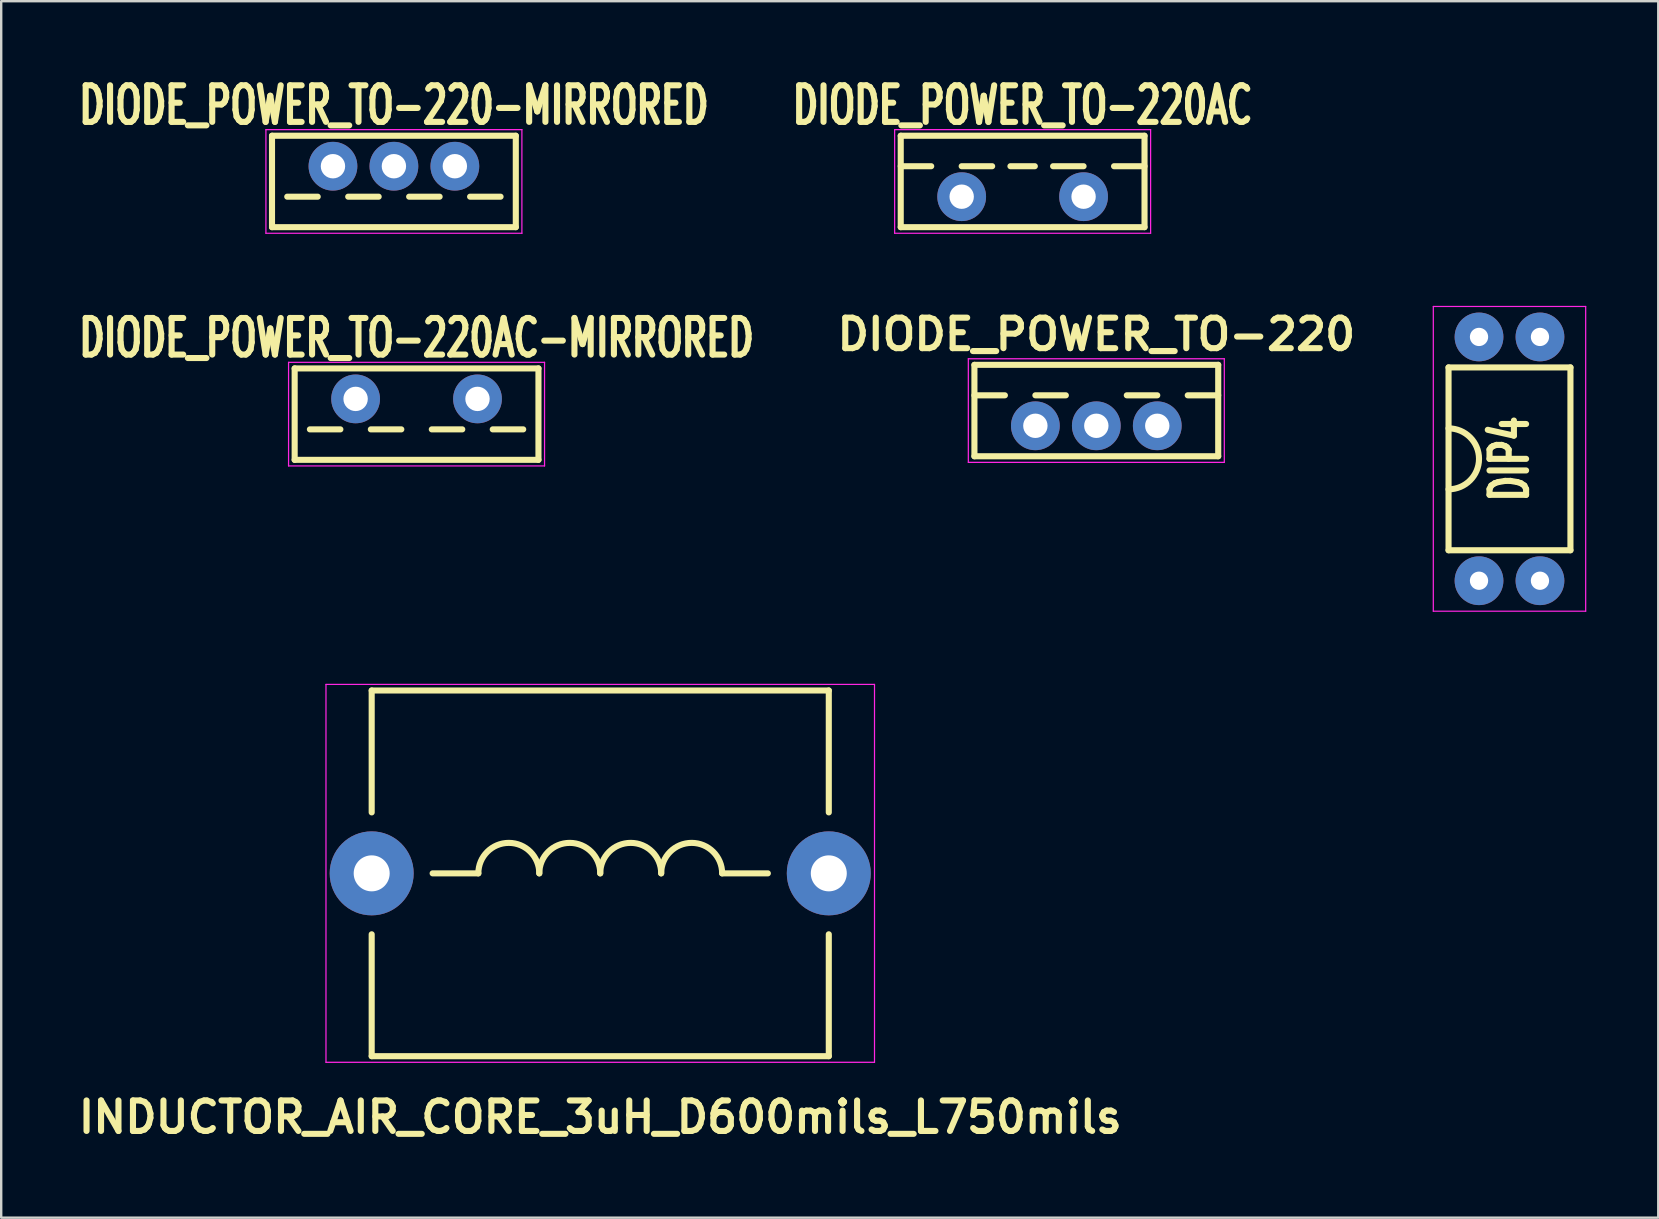
<source format=kicad_pcb>
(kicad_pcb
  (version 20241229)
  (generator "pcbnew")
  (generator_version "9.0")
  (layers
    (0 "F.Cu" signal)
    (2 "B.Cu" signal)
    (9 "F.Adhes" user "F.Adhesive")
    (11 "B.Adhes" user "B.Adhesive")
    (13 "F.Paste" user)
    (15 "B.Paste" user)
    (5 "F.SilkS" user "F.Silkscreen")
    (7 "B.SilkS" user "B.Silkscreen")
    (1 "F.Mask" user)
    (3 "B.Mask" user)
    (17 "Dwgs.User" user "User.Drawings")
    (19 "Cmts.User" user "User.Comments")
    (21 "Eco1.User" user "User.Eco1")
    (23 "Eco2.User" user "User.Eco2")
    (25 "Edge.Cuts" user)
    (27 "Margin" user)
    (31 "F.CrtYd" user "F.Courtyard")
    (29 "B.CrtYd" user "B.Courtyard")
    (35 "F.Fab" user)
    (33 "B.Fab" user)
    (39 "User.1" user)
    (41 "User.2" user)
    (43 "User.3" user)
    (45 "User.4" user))
  (footprint "DIODE_POWER_TO-220"
    (layer "F.Cu")
    (at 42.639 14.695)
    (property "Reference" "DIODE_POWER_TO-220" (at 0 -3.81 0) (layer "F.SilkS") (effects (font (size 1.27 1.27) (thickness 0.254))))
    (attr through_hole)
    (fp_line (start -5.08 -2.54) (end -5.08 1.27) (stroke (width 0.254) (type solid)) (layer "F.SilkS"))
    (fp_line (start -5.08 -1.27) (end -3.81 -1.27) (stroke (width 0.254) (type solid)) (layer "F.SilkS"))
    (fp_line (start -5.08 1.27) (end 5.08 1.27) (stroke (width 0.254) (type solid)) (layer "F.SilkS"))
    (fp_line (start -2.54 -1.27) (end -1.27 -1.27) (stroke (width 0.254) (type solid)) (layer "F.SilkS"))
    (fp_line (start 1.27 -1.27) (end 2.54 -1.27) (stroke (width 0.254) (type solid)) (layer "F.SilkS"))
    (fp_line (start 3.81 -1.27) (end 5.08 -1.27) (stroke (width 0.254) (type solid)) (layer "F.SilkS"))
    (fp_line (start 5.08 -2.54) (end -5.08 -2.54) (stroke (width 0.254) (type solid)) (layer "F.SilkS"))
    (fp_line (start 5.08 1.27) (end 5.08 -2.54) (stroke (width 0.254) (type solid)) (layer "F.SilkS"))
    (fp_line (start -5.334 -2.794) (end -5.334 1.524) (stroke (width 0.051) (type solid)) (layer "F.CrtYd"))
    (fp_line (start -5.334 1.524) (end 5.334 1.524) (stroke (width 0.051) (type solid)) (layer "F.CrtYd"))
    (fp_line (start 5.334 -2.794) (end -5.334 -2.794) (stroke (width 0.051) (type solid)) (layer "F.CrtYd"))
    (fp_line (start 5.334 1.524) (end 5.334 -2.794) (stroke (width 0.051) (type solid)) (layer "F.CrtYd"))
    (pad "1" thru_hole circle (at -2.54 0) (size 2.032 2.032) (drill 1.016) (layers "*.Cu" "*.Mask"))
    (pad "1" thru_hole circle (at 2.54 0) (size 2.032 2.032) (drill 1.016) (layers "*.Cu" "*.Mask"))
    (pad "2" thru_hole circle (at 0 0) (size 2.032 2.032) (drill 1.016) (layers "*.Cu" "*.Mask")))
  (footprint "INDUCTOR_AIR_CORE_3uH_D600mils_L750mils"
    (layer "F.Cu")
    (at 21.965 33.347)
    (property "Reference" "INDUCTOR_AIR_CORE_3uH_D600mils_L750mils" (at 0 10.16 0) (layer "F.SilkS") (effects (font (size 1.27 1.27) (thickness 0.254))))
    (attr through_hole)
    (fp_line (start -9.525 -7.62) (end 9.525 -7.62) (stroke (width 0.254) (type solid)) (layer "F.SilkS"))
    (fp_line (start -9.525 -2.54) (end -9.525 -7.62) (stroke (width 0.254) (type solid)) (layer "F.SilkS"))
    (fp_line (start -9.525 2.54) (end -9.525 7.62) (stroke (width 0.254) (type solid)) (layer "F.SilkS"))
    (fp_line (start -5.08 0) (end -6.985 0) (stroke (width 0.254) (type solid)) (layer "F.SilkS"))
    (fp_line (start 5.08 0) (end 6.985 0) (stroke (width 0.254) (type solid)) (layer "F.SilkS"))
    (fp_line (start 9.525 -7.62) (end 9.525 -2.54) (stroke (width 0.254) (type solid)) (layer "F.SilkS"))
    (fp_line (start 9.525 2.54) (end 9.525 7.62) (stroke (width 0.254) (type solid)) (layer "F.SilkS"))
    (fp_line (start 9.525 7.62) (end -9.525 7.62) (stroke (width 0.254) (type solid)) (layer "F.SilkS"))
    (fp_arc (start -5.08 0) (mid -3.81 -1.27) (end -2.54 0) (stroke (width 0.254) (type solid)) (layer "F.SilkS"))
    (fp_arc (start -2.54 0) (mid -1.27 -1.27) (end 0 0) (stroke (width 0.254) (type solid)) (layer "F.SilkS"))
    (fp_arc (start 0 0) (mid 1.27 -1.27) (end 2.54 0) (stroke (width 0.254) (type solid)) (layer "F.SilkS"))
    (fp_arc (start 2.54 0) (mid 3.81 -1.27) (end 5.08 0) (stroke (width 0.254) (type solid)) (layer "F.SilkS"))
    (fp_line (start -11.43 -7.874) (end -11.43 7.874) (stroke (width 0.051) (type solid)) (layer "F.CrtYd"))
    (fp_line (start -11.43 7.874) (end 11.43 7.874) (stroke (width 0.051) (type solid)) (layer "F.CrtYd"))
    (fp_line (start 11.43 -7.874) (end -11.43 -7.874) (stroke (width 0.051) (type solid)) (layer "F.CrtYd"))
    (fp_line (start 11.43 7.874) (end 11.43 -7.874) (stroke (width 0.051) (type solid)) (layer "F.CrtYd"))
    (pad "1" thru_hole circle (at -9.525 0) (size 3.5 3.5) (drill 1.5) (layers "*.Cu" "*.Mask"))
    (pad "2" thru_hole circle (at 9.525 0) (size 3.5 3.5) (drill 1.5) (layers "*.Cu" "*.Mask")))
  (footprint "DIP4"
    (layer "F.Cu")
    (at 59.858 16.072)
    (property "Reference" "DIP4" (at 0 0 90) (layer "F.SilkS") (effects (font (size 1.524 1.016) (thickness 0.254))))
    (attr through_hole)
    (fp_line (start -2.54 -3.81) (end -2.54 3.81) (stroke (width 0.254) (type solid)) (layer "F.SilkS"))
    (fp_line (start -2.54 -3.81) (end 2.54 -3.81) (stroke (width 0.254) (type solid)) (layer "F.SilkS"))
    (fp_line (start 2.54 -3.81) (end 2.54 3.81) (stroke (width 0.254) (type solid)) (layer "F.SilkS"))
    (fp_line (start 2.54 3.81) (end -2.54 3.81) (stroke (width 0.254) (type solid)) (layer "F.SilkS"))
    (fp_arc (start -2.54 -1.27) (mid -1.27 0) (end -2.54 1.27) (stroke (width 0.254) (type solid)) (layer "F.SilkS"))
    (fp_line (start -3.175 -6.35) (end 3.175 -6.35) (stroke (width 0.051) (type solid)) (layer "F.CrtYd"))
    (fp_line (start -3.175 6.35) (end -3.175 -6.35) (stroke (width 0.051) (type solid)) (layer "F.CrtYd"))
    (fp_line (start 3.175 -6.35) (end 3.175 6.35) (stroke (width 0.051) (type solid)) (layer "F.CrtYd"))
    (fp_line (start 3.175 6.35) (end -3.175 6.35) (stroke (width 0.051) (type solid)) (layer "F.CrtYd"))
    (pad "1" thru_hole circle (at -1.27 5.08) (size 2.032 2.032) (drill 0.762) (layers "*.Cu" "*.Mask"))
    (pad "2" thru_hole circle (at 1.27 5.08) (size 2.032 2.032) (drill 0.762) (layers "*.Cu" "*.Mask"))
    (pad "3" thru_hole circle (at 1.27 -5.08) (size 2.032 2.032) (drill 0.762) (layers "*.Cu" "*.Mask"))
    (pad "4" thru_hole circle (at -1.27 -5.08) (size 2.032 2.032) (drill 0.762) (layers "*.Cu" "*.Mask")))
  (footprint "DIODE_POWER_TO-220-MIRRORED"
    (layer "F.Cu")
    (at 13.366 3.877)
    (property "Reference" "DIODE_POWER_TO-220-MIRRORED" (at 0 -2.54 0) (layer "F.SilkS") (effects (font (size 1.524 1.016) (thickness 0.254))))
    (attr through_hole)
    (fp_line (start -5.08 -1.27) (end -5.08 2.54) (stroke (width 0.254) (type solid)) (layer "F.SilkS"))
    (fp_line (start -5.08 -1.27) (end 5.08 -1.27) (stroke (width 0.254) (type solid)) (layer "F.SilkS"))
    (fp_line (start -4.445 1.27) (end -3.175 1.27) (stroke (width 0.254) (type solid)) (layer "F.SilkS"))
    (fp_line (start -1.905 1.27) (end -0.635 1.27) (stroke (width 0.254) (type solid)) (layer "F.SilkS"))
    (fp_line (start 0.635 1.27) (end 1.905 1.27) (stroke (width 0.254) (type solid)) (layer "F.SilkS"))
    (fp_line (start 3.175 1.27) (end 4.445 1.27) (stroke (width 0.254) (type solid)) (layer "F.SilkS"))
    (fp_line (start 5.08 2.54) (end -5.08 2.54) (stroke (width 0.254) (type solid)) (layer "F.SilkS"))
    (fp_line (start 5.08 2.54) (end 5.08 -1.27) (stroke (width 0.254) (type solid)) (layer "F.SilkS"))
    (fp_line (start -5.334 -1.524) (end -5.334 2.794) (stroke (width 0.051) (type solid)) (layer "F.CrtYd"))
    (fp_line (start -5.334 2.794) (end 5.334 2.794) (stroke (width 0.051) (type solid)) (layer "F.CrtYd"))
    (fp_line (start 5.334 -1.524) (end -5.334 -1.524) (stroke (width 0.051) (type solid)) (layer "F.CrtYd"))
    (fp_line (start 5.334 2.794) (end 5.334 -1.524) (stroke (width 0.051) (type solid)) (layer "F.CrtYd"))
    (pad "1" thru_hole circle (at -2.54 0) (size 2.032 2.032) (drill 1.016) (layers "*.Cu" "*.Mask"))
    (pad "1" thru_hole circle (at 2.54 0) (size 2.032 2.032) (drill 1.016) (layers "*.Cu" "*.Mask"))
    (pad "2" thru_hole circle (at 0 0) (size 2.032 2.032) (drill 1.016) (layers "*.Cu" "*.Mask")))
  (footprint "DIODE_POWER_TO-220AC"
    (layer "F.Cu")
    (at 39.568 5.147)
    (property "Reference" "DIODE_POWER_TO-220AC" (at 0 -3.81 0) (layer "F.SilkS") (effects (font (size 1.524 1.016) (thickness 0.254))))
    (attr through_hole)
    (fp_line (start -5.08 -2.54) (end -5.08 1.27) (stroke (width 0.254) (type solid)) (layer "F.SilkS"))
    (fp_line (start -5.08 -1.27) (end -3.81 -1.27) (stroke (width 0.254) (type solid)) (layer "F.SilkS"))
    (fp_line (start -5.08 1.27) (end 5.08 1.27) (stroke (width 0.254) (type solid)) (layer "F.SilkS"))
    (fp_line (start -2.54 -1.27) (end -1.27 -1.27) (stroke (width 0.254) (type solid)) (layer "F.SilkS"))
    (fp_line (start -0.508 -1.27) (end 0.508 -1.27) (stroke (width 0.254) (type solid)) (layer "F.SilkS"))
    (fp_line (start 1.27 -1.27) (end 2.54 -1.27) (stroke (width 0.254) (type solid)) (layer "F.SilkS"))
    (fp_line (start 3.81 -1.27) (end 5.08 -1.27) (stroke (width 0.254) (type solid)) (layer "F.SilkS"))
    (fp_line (start 5.08 -2.54) (end -5.08 -2.54) (stroke (width 0.254) (type solid)) (layer "F.SilkS"))
    (fp_line (start 5.08 1.27) (end 5.08 -2.54) (stroke (width 0.254) (type solid)) (layer "F.SilkS"))
    (fp_line (start -5.334 -2.794) (end -5.334 1.524) (stroke (width 0.051) (type solid)) (layer "F.CrtYd"))
    (fp_line (start -5.334 1.524) (end 5.334 1.524) (stroke (width 0.051) (type solid)) (layer "F.CrtYd"))
    (fp_line (start 5.334 -2.794) (end -5.334 -2.794) (stroke (width 0.051) (type solid)) (layer "F.CrtYd"))
    (fp_line (start 5.334 1.524) (end 5.334 -2.794) (stroke (width 0.051) (type solid)) (layer "F.CrtYd"))
    (pad "1" thru_hole circle (at -2.54 0) (size 2.032 2.032) (drill 1.016) (layers "*.Cu" "*.Mask"))
    (pad "2" thru_hole circle (at 2.54 0) (size 2.032 2.032) (drill 1.016) (layers "*.Cu" "*.Mask")))
  (footprint "DIODE_POWER_TO-220AC-MIRRORED"
    (layer "F.Cu")
    (at 14.31 13.574)
    (property "Reference" "DIODE_POWER_TO-220AC-MIRRORED" (at 0 -2.54 0) (layer "F.SilkS") (effects (font (size 1.524 1.016) (thickness 0.254))))
    (attr through_hole)
    (fp_line (start -5.08 -1.27) (end -5.08 2.54) (stroke (width 0.254) (type solid)) (layer "F.SilkS"))
    (fp_line (start -5.08 -1.27) (end 5.08 -1.27) (stroke (width 0.254) (type solid)) (layer "F.SilkS"))
    (fp_line (start -4.445 1.27) (end -3.175 1.27) (stroke (width 0.254) (type solid)) (layer "F.SilkS"))
    (fp_line (start -1.905 1.27) (end -0.635 1.27) (stroke (width 0.254) (type solid)) (layer "F.SilkS"))
    (fp_line (start 0.635 1.27) (end 1.905 1.27) (stroke (width 0.254) (type solid)) (layer "F.SilkS"))
    (fp_line (start 3.175 1.27) (end 4.445 1.27) (stroke (width 0.254) (type solid)) (layer "F.SilkS"))
    (fp_line (start 5.08 2.54) (end -5.08 2.54) (stroke (width 0.254) (type solid)) (layer "F.SilkS"))
    (fp_line (start 5.08 2.54) (end 5.08 -1.27) (stroke (width 0.254) (type solid)) (layer "F.SilkS"))
    (fp_line (start -5.334 -1.524) (end -5.334 2.794) (stroke (width 0.051) (type solid)) (layer "F.CrtYd"))
    (fp_line (start -5.334 2.794) (end 5.334 2.794) (stroke (width 0.051) (type solid)) (layer "F.CrtYd"))
    (fp_line (start 5.334 -1.524) (end -5.334 -1.524) (stroke (width 0.051) (type solid)) (layer "F.CrtYd"))
    (fp_line (start 5.334 2.794) (end 5.334 -1.524) (stroke (width 0.051) (type solid)) (layer "F.CrtYd"))
    (pad "1" thru_hole circle (at -2.54 0) (size 2.032 2.032) (drill 1.016) (layers "*.Cu" "*.Mask"))
    (pad "2" thru_hole circle (at 2.54 0) (size 2.032 2.032) (drill 1.016) (layers "*.Cu" "*.Mask")))
  (gr_rect
    (start -3 -3)
    (end 66.058 47.696)
    (stroke (width 0.1) (type default))
    (fill no)
    (layer "Edge.Cuts")))
</source>
